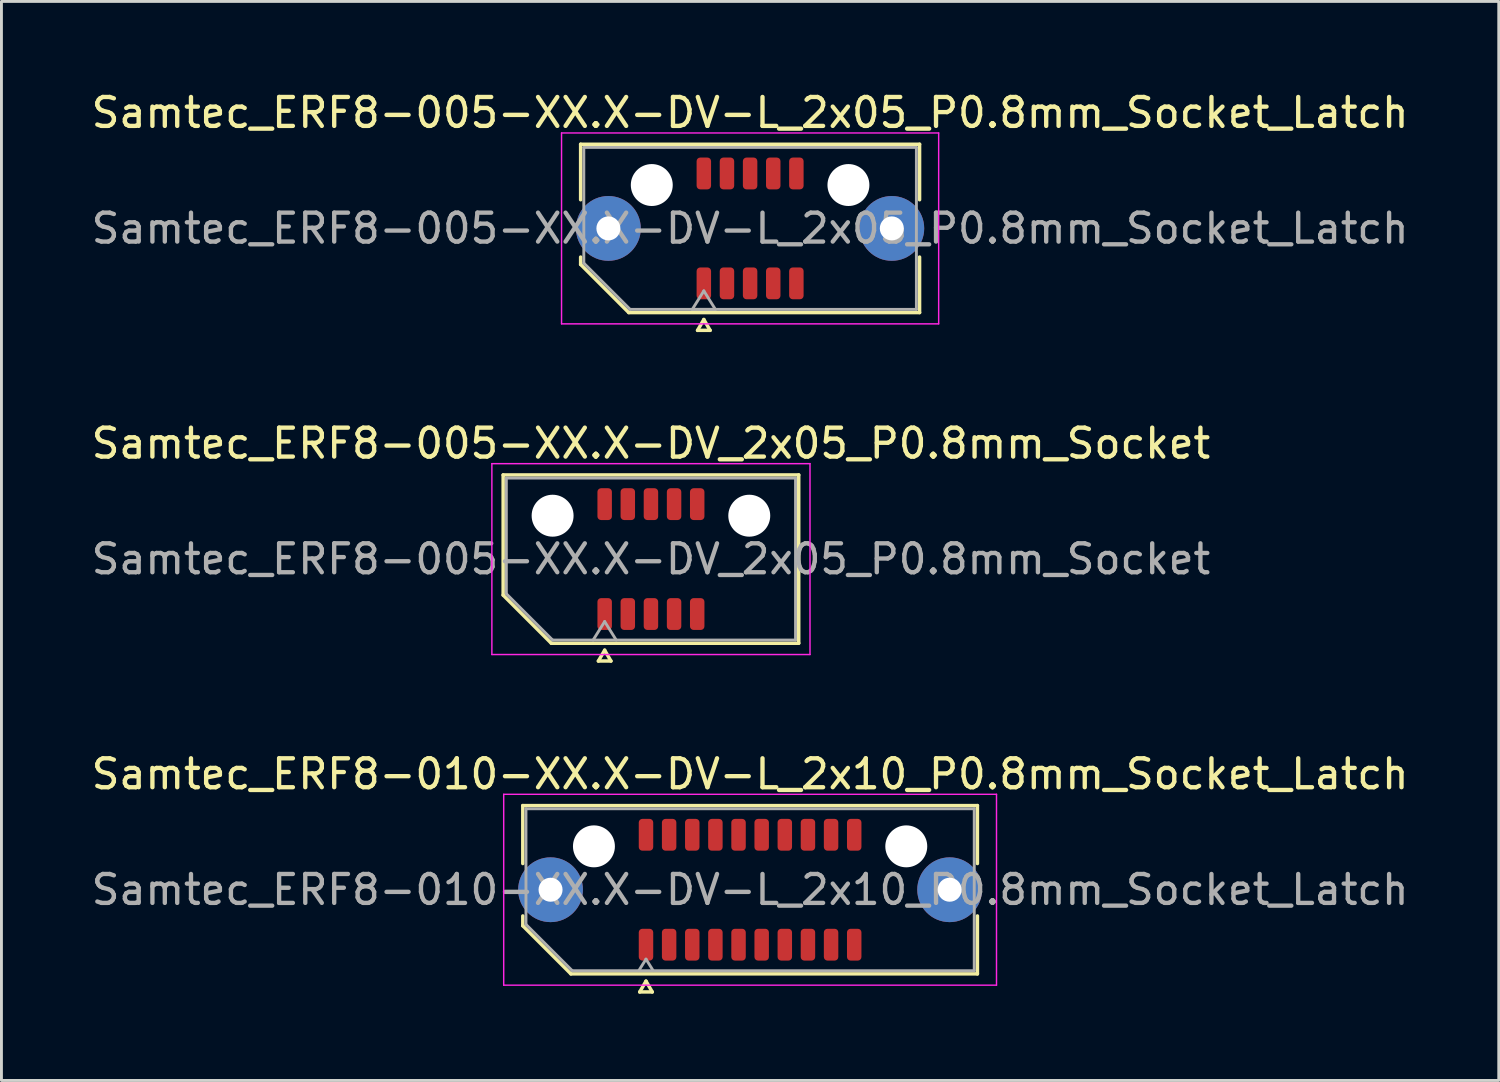
<source format=kicad_pcb>
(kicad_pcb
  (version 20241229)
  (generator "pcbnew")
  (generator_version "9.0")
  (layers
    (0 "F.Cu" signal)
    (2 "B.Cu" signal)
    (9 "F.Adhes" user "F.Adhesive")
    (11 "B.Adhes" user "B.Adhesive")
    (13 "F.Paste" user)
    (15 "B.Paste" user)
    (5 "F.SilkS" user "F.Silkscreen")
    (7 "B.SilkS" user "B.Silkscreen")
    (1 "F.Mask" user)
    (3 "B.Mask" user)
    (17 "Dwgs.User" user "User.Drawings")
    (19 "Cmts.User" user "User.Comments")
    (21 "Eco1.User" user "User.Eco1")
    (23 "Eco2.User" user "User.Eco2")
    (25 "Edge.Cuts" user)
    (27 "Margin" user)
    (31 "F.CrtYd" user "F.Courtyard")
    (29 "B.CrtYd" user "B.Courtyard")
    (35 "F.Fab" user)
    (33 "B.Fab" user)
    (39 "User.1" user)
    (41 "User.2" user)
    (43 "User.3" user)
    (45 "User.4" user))
  (footprint "Samtec_ERF8-010-XX.X-DV-L_2x10_P0.8mm_Socket_Latch"
    (layer "F.Cu")
    (at 22.887 27.715)
    (property "Reference" "Samtec_ERF8-010-XX.X-DV-L_2x10_P0.8mm_Socket_Latch" (at 0 -4 0) (layer "F.SilkS") (effects (font (size 1 1) (thickness 0.15))))
    (attr smd)
    (fp_line (start -7.86 -2.91) (end 7.86 -2.91) (stroke (width 0.12) (type solid)) (layer "F.SilkS"))
    (fp_line (start -7.86 -0.906) (end -7.86 -2.91) (stroke (width 0.12) (type solid)) (layer "F.SilkS"))
    (fp_line (start -7.86 1.246) (end -7.86 0.906) (stroke (width 0.12) (type solid)) (layer "F.SilkS"))
    (fp_line (start -6.196 2.91) (end -7.86 1.246) (stroke (width 0.12) (type solid)) (layer "F.SilkS"))
    (fp_line (start -3.817 3.535) (end -3.6 3.16) (stroke (width 0.12) (type solid)) (layer "F.SilkS"))
    (fp_line (start -3.6 3.16) (end -3.383 3.535) (stroke (width 0.12) (type solid)) (layer "F.SilkS"))
    (fp_line (start -3.383 3.535) (end -3.817 3.535) (stroke (width 0.12) (type solid)) (layer "F.SilkS"))
    (fp_line (start 7.86 -2.91) (end 7.86 -0.906) (stroke (width 0.12) (type solid)) (layer "F.SilkS"))
    (fp_line (start 7.86 0.906) (end 7.86 2.91) (stroke (width 0.12) (type solid)) (layer "F.SilkS"))
    (fp_line (start 7.86 2.91) (end -6.196 2.91) (stroke (width 0.12) (type solid)) (layer "F.SilkS"))
    (fp_line (start -8.52 -3.3) (end -8.52 3.3) (stroke (width 0.05) (type solid)) (layer "F.CrtYd"))
    (fp_line (start -8.52 3.3) (end 8.52 3.3) (stroke (width 0.05) (type solid)) (layer "F.CrtYd"))
    (fp_line (start 8.52 -3.3) (end -8.52 -3.3) (stroke (width 0.05) (type solid)) (layer "F.CrtYd"))
    (fp_line (start 8.52 3.3) (end 8.52 -3.3) (stroke (width 0.05) (type solid)) (layer "F.CrtYd"))
    (fp_line (start -7.75 -2.8) (end 7.75 -2.8) (stroke (width 0.1) (type solid)) (layer "F.Fab"))
    (fp_line (start -7.75 1.2) (end -7.75 -2.8) (stroke (width 0.1) (type solid)) (layer "F.Fab"))
    (fp_line (start -6.15 2.8) (end -7.75 1.2) (stroke (width 0.1) (type solid)) (layer "F.Fab"))
    (fp_line (start -3.6 2.4) (end -3.85 2.8) (stroke (width 0.1) (type solid)) (layer "F.Fab"))
    (fp_line (start -3.6 2.4) (end -3.35 2.8) (stroke (width 0.1) (type solid)) (layer "F.Fab"))
    (fp_line (start 7.75 -2.8) (end 7.75 2.8) (stroke (width 0.1) (type solid)) (layer "F.Fab"))
    (fp_line (start 7.75 2.8) (end -6.15 2.8) (stroke (width 0.1) (type solid)) (layer "F.Fab"))
    (fp_text user "${REFERENCE}" (at 0 0 0) (layer "F.Fab") (effects (font (size 1 1) (thickness 0.15))))
    (pad "" thru_hole circle (at -6.9 0) (size 2.24 2.24) (drill 0.83) (layers "*.Cu" "*.Mask" "F.Paste"))
    (pad "" np_thru_hole circle (at -5.4 -1.5) (size 1.45 1.45) (drill 1.45) (layers "*.Cu" "*.Mask"))
    (pad "" np_thru_hole circle (at 5.4 -1.5) (size 1.45 1.45) (drill 1.45) (layers "*.Cu" "*.Mask"))
    (pad "" thru_hole circle (at 6.9 0) (size 2.24 2.24) (drill 0.83) (layers "*.Cu" "*.Mask" "F.Paste"))
    (pad "1" smd roundrect (at -3.6 1.9) (size 0.5 1.1) (layers "F.Cu" "F.Mask" "F.Paste") (roundrect_rratio 0.25))
    (pad "2" smd roundrect (at -3.6 -1.9) (size 0.5 1.1) (layers "F.Cu" "F.Mask" "F.Paste") (roundrect_rratio 0.25))
    (pad "3" smd roundrect (at -2.8 1.9) (size 0.5 1.1) (layers "F.Cu" "F.Mask" "F.Paste") (roundrect_rratio 0.25))
    (pad "4" smd roundrect (at -2.8 -1.9) (size 0.5 1.1) (layers "F.Cu" "F.Mask" "F.Paste") (roundrect_rratio 0.25))
    (pad "5" smd roundrect (at -2 1.9) (size 0.5 1.1) (layers "F.Cu" "F.Mask" "F.Paste") (roundrect_rratio 0.25))
    (pad "6" smd roundrect (at -2 -1.9) (size 0.5 1.1) (layers "F.Cu" "F.Mask" "F.Paste") (roundrect_rratio 0.25))
    (pad "7" smd roundrect (at -1.2 1.9) (size 0.5 1.1) (layers "F.Cu" "F.Mask" "F.Paste") (roundrect_rratio 0.25))
    (pad "8" smd roundrect (at -1.2 -1.9) (size 0.5 1.1) (layers "F.Cu" "F.Mask" "F.Paste") (roundrect_rratio 0.25))
    (pad "9" smd roundrect (at -0.4 1.9) (size 0.5 1.1) (layers "F.Cu" "F.Mask" "F.Paste") (roundrect_rratio 0.25))
    (pad "10" smd roundrect (at -0.4 -1.9) (size 0.5 1.1) (layers "F.Cu" "F.Mask" "F.Paste") (roundrect_rratio 0.25))
    (pad "11" smd roundrect (at 0.4 1.9) (size 0.5 1.1) (layers "F.Cu" "F.Mask" "F.Paste") (roundrect_rratio 0.25))
    (pad "12" smd roundrect (at 0.4 -1.9) (size 0.5 1.1) (layers "F.Cu" "F.Mask" "F.Paste") (roundrect_rratio 0.25))
    (pad "13" smd roundrect (at 1.2 1.9) (size 0.5 1.1) (layers "F.Cu" "F.Mask" "F.Paste") (roundrect_rratio 0.25))
    (pad "14" smd roundrect (at 1.2 -1.9) (size 0.5 1.1) (layers "F.Cu" "F.Mask" "F.Paste") (roundrect_rratio 0.25))
    (pad "15" smd roundrect (at 2 1.9) (size 0.5 1.1) (layers "F.Cu" "F.Mask" "F.Paste") (roundrect_rratio 0.25))
    (pad "16" smd roundrect (at 2 -1.9) (size 0.5 1.1) (layers "F.Cu" "F.Mask" "F.Paste") (roundrect_rratio 0.25))
    (pad "17" smd roundrect (at 2.8 1.9) (size 0.5 1.1) (layers "F.Cu" "F.Mask" "F.Paste") (roundrect_rratio 0.25))
    (pad "18" smd roundrect (at 2.8 -1.9) (size 0.5 1.1) (layers "F.Cu" "F.Mask" "F.Paste") (roundrect_rratio 0.25))
    (pad "19" smd roundrect (at 3.6 1.9) (size 0.5 1.1) (layers "F.Cu" "F.Mask" "F.Paste") (roundrect_rratio 0.25))
    (pad "20" smd roundrect (at 3.6 -1.9) (size 0.5 1.1) (layers "F.Cu" "F.Mask" "F.Paste") (roundrect_rratio 0.25)))
  (footprint "Samtec_ERF8-005-XX.X-DV_2x05_P0.8mm_Socket"
    (layer "F.Cu")
    (at 19.458 16.282)
    (property "Reference" "Samtec_ERF8-005-XX.X-DV_2x05_P0.8mm_Socket" (at 0 -4 0) (layer "F.SilkS") (effects (font (size 1 1) (thickness 0.15))))
    (attr smd)
    (fp_line (start -5.11 -2.91) (end 5.11 -2.91) (stroke (width 0.12) (type solid)) (layer "F.SilkS"))
    (fp_line (start -5.11 1.246) (end -5.11 -2.91) (stroke (width 0.12) (type solid)) (layer "F.SilkS"))
    (fp_line (start -3.446 2.91) (end -5.11 1.246) (stroke (width 0.12) (type solid)) (layer "F.SilkS"))
    (fp_line (start -1.817 3.525) (end -1.6 3.15) (stroke (width 0.12) (type solid)) (layer "F.SilkS"))
    (fp_line (start -1.6 3.15) (end -1.383 3.525) (stroke (width 0.12) (type solid)) (layer "F.SilkS"))
    (fp_line (start -1.383 3.525) (end -1.817 3.525) (stroke (width 0.12) (type solid)) (layer "F.SilkS"))
    (fp_line (start 5.11 -2.91) (end 5.11 2.91) (stroke (width 0.12) (type solid)) (layer "F.SilkS"))
    (fp_line (start 5.11 2.91) (end -3.446 2.91) (stroke (width 0.12) (type solid)) (layer "F.SilkS"))
    (fp_line (start -5.5 -3.3) (end -5.5 3.3) (stroke (width 0.05) (type solid)) (layer "F.CrtYd"))
    (fp_line (start -5.5 3.3) (end 5.5 3.3) (stroke (width 0.05) (type solid)) (layer "F.CrtYd"))
    (fp_line (start 5.5 -3.3) (end -5.5 -3.3) (stroke (width 0.05) (type solid)) (layer "F.CrtYd"))
    (fp_line (start 5.5 3.3) (end 5.5 -3.3) (stroke (width 0.05) (type solid)) (layer "F.CrtYd"))
    (fp_line (start -5 -2.8) (end 5 -2.8) (stroke (width 0.1) (type solid)) (layer "F.Fab"))
    (fp_line (start -5 1.2) (end -5 -2.8) (stroke (width 0.1) (type solid)) (layer "F.Fab"))
    (fp_line (start -3.4 2.8) (end -5 1.2) (stroke (width 0.1) (type solid)) (layer "F.Fab"))
    (fp_line (start -2 2.8) (end -1.6 2.16) (stroke (width 0.1) (type solid)) (layer "F.Fab"))
    (fp_line (start -1.6 2.16) (end -1.2 2.8) (stroke (width 0.1) (type solid)) (layer "F.Fab"))
    (fp_line (start 5 -2.8) (end 5 2.8) (stroke (width 0.1) (type solid)) (layer "F.Fab"))
    (fp_line (start 5 2.8) (end -3.4 2.8) (stroke (width 0.1) (type solid)) (layer "F.Fab"))
    (fp_text user "${REFERENCE}" (at 0 0 0) (layer "F.Fab") (effects (font (size 1 1) (thickness 0.15))))
    (pad "" np_thru_hole circle (at -3.4 -1.5) (size 1.45 1.45) (drill 1.45) (layers "*.Cu" "*.Mask"))
    (pad "" np_thru_hole circle (at 3.4 -1.5) (size 1.45 1.45) (drill 1.45) (layers "*.Cu" "*.Mask"))
    (pad "1" smd roundrect (at -1.6 1.9) (size 0.5 1.1) (layers "F.Cu" "F.Mask" "F.Paste") (roundrect_rratio 0.25))
    (pad "2" smd roundrect (at -1.6 -1.9) (size 0.5 1.1) (layers "F.Cu" "F.Mask" "F.Paste") (roundrect_rratio 0.25))
    (pad "3" smd roundrect (at -0.8 1.9) (size 0.5 1.1) (layers "F.Cu" "F.Mask" "F.Paste") (roundrect_rratio 0.25))
    (pad "4" smd roundrect (at -0.8 -1.9) (size 0.5 1.1) (layers "F.Cu" "F.Mask" "F.Paste") (roundrect_rratio 0.25))
    (pad "5" smd roundrect (at 0 1.9) (size 0.5 1.1) (layers "F.Cu" "F.Mask" "F.Paste") (roundrect_rratio 0.25))
    (pad "6" smd roundrect (at 0 -1.9) (size 0.5 1.1) (layers "F.Cu" "F.Mask" "F.Paste") (roundrect_rratio 0.25))
    (pad "7" smd roundrect (at 0.8 1.9) (size 0.5 1.1) (layers "F.Cu" "F.Mask" "F.Paste") (roundrect_rratio 0.25))
    (pad "8" smd roundrect (at 0.8 -1.9) (size 0.5 1.1) (layers "F.Cu" "F.Mask" "F.Paste") (roundrect_rratio 0.25))
    (pad "9" smd roundrect (at 1.6 1.9) (size 0.5 1.1) (layers "F.Cu" "F.Mask" "F.Paste") (roundrect_rratio 0.25))
    (pad "10" smd roundrect (at 1.6 -1.9) (size 0.5 1.1) (layers "F.Cu" "F.Mask" "F.Paste") (roundrect_rratio 0.25)))
  (footprint "Samtec_ERF8-005-XX.X-DV-L_2x05_P0.8mm_Socket_Latch"
    (layer "F.Cu")
    (at 22.887 4.848)
    (property "Reference" "Samtec_ERF8-005-XX.X-DV-L_2x05_P0.8mm_Socket_Latch" (at 0 -4 0) (layer "F.SilkS") (effects (font (size 1 1) (thickness 0.15))))
    (attr smd)
    (fp_line (start -5.86 -2.91) (end 5.86 -2.91) (stroke (width 0.12) (type solid)) (layer "F.SilkS"))
    (fp_line (start -5.86 -0.991) (end -5.86 -2.91) (stroke (width 0.12) (type solid)) (layer "F.SilkS"))
    (fp_line (start -5.86 1.246) (end -5.86 0.991) (stroke (width 0.12) (type solid)) (layer "F.SilkS"))
    (fp_line (start -4.196 2.91) (end -5.86 1.246) (stroke (width 0.12) (type solid)) (layer "F.SilkS"))
    (fp_line (start -1.817 3.525) (end -1.6 3.15) (stroke (width 0.12) (type solid)) (layer "F.SilkS"))
    (fp_line (start -1.6 3.15) (end -1.383 3.525) (stroke (width 0.12) (type solid)) (layer "F.SilkS"))
    (fp_line (start -1.383 3.525) (end -1.817 3.525) (stroke (width 0.12) (type solid)) (layer "F.SilkS"))
    (fp_line (start 5.86 -2.91) (end 5.86 -0.991) (stroke (width 0.12) (type solid)) (layer "F.SilkS"))
    (fp_line (start 5.86 0.991) (end 5.86 2.91) (stroke (width 0.12) (type solid)) (layer "F.SilkS"))
    (fp_line (start 5.86 2.91) (end -4.196 2.91) (stroke (width 0.12) (type solid)) (layer "F.SilkS"))
    (fp_line (start -6.52 -3.3) (end -6.52 3.3) (stroke (width 0.05) (type solid)) (layer "F.CrtYd"))
    (fp_line (start -6.52 3.3) (end 6.52 3.3) (stroke (width 0.05) (type solid)) (layer "F.CrtYd"))
    (fp_line (start 6.52 -3.3) (end -6.52 -3.3) (stroke (width 0.05) (type solid)) (layer "F.CrtYd"))
    (fp_line (start 6.52 3.3) (end 6.52 -3.3) (stroke (width 0.05) (type solid)) (layer "F.CrtYd"))
    (fp_line (start -5.75 -2.8) (end 5.75 -2.8) (stroke (width 0.1) (type solid)) (layer "F.Fab"))
    (fp_line (start -5.75 1.2) (end -5.75 -2.8) (stroke (width 0.1) (type solid)) (layer "F.Fab"))
    (fp_line (start -4.15 2.8) (end -5.75 1.2) (stroke (width 0.1) (type solid)) (layer "F.Fab"))
    (fp_line (start -2 2.8) (end -1.6 2.16) (stroke (width 0.1) (type solid)) (layer "F.Fab"))
    (fp_line (start -1.6 2.16) (end -1.2 2.8) (stroke (width 0.1) (type solid)) (layer "F.Fab"))
    (fp_line (start -1.2 2.8) (end -2 2.8) (stroke (width 0.1) (type solid)) (layer "F.Fab"))
    (fp_line (start 5.75 -2.8) (end 5.75 2.8) (stroke (width 0.1) (type solid)) (layer "F.Fab"))
    (fp_line (start 5.75 2.8) (end -4.15 2.8) (stroke (width 0.1) (type solid)) (layer "F.Fab"))
    (fp_text user "${REFERENCE}" (at 0 0 0) (layer "F.Fab") (effects (font (size 1 1) (thickness 0.15))))
    (pad "" thru_hole circle (at -4.9 0) (size 2.24 2.24) (drill 0.83) (layers "*.Cu" "*.Mask" "F.Paste"))
    (pad "" np_thru_hole circle (at -3.4 -1.5) (size 1.45 1.45) (drill 1.45) (layers "*.Cu" "*.Mask"))
    (pad "" np_thru_hole circle (at 3.4 -1.5) (size 1.45 1.45) (drill 1.45) (layers "*.Cu" "*.Mask"))
    (pad "" thru_hole circle (at 4.9 0) (size 2.24 2.24) (drill 0.83) (layers "*.Cu" "*.Mask" "F.Paste"))
    (pad "1" smd roundrect (at -1.6 1.9) (size 0.5 1.1) (layers "F.Cu" "F.Mask" "F.Paste") (roundrect_rratio 0.25))
    (pad "2" smd roundrect (at -1.6 -1.9) (size 0.5 1.1) (layers "F.Cu" "F.Mask" "F.Paste") (roundrect_rratio 0.25))
    (pad "3" smd roundrect (at -0.8 1.9) (size 0.5 1.1) (layers "F.Cu" "F.Mask" "F.Paste") (roundrect_rratio 0.25))
    (pad "4" smd roundrect (at -0.8 -1.9) (size 0.5 1.1) (layers "F.Cu" "F.Mask" "F.Paste") (roundrect_rratio 0.25))
    (pad "5" smd roundrect (at 0 1.9) (size 0.5 1.1) (layers "F.Cu" "F.Mask" "F.Paste") (roundrect_rratio 0.25))
    (pad "6" smd roundrect (at 0 -1.9) (size 0.5 1.1) (layers "F.Cu" "F.Mask" "F.Paste") (roundrect_rratio 0.25))
    (pad "7" smd roundrect (at 0.8 1.9) (size 0.5 1.1) (layers "F.Cu" "F.Mask" "F.Paste") (roundrect_rratio 0.25))
    (pad "8" smd roundrect (at 0.8 -1.9) (size 0.5 1.1) (layers "F.Cu" "F.Mask" "F.Paste") (roundrect_rratio 0.25))
    (pad "9" smd roundrect (at 1.6 1.9) (size 0.5 1.1) (layers "F.Cu" "F.Mask" "F.Paste") (roundrect_rratio 0.25))
    (pad "10" smd roundrect (at 1.6 -1.9) (size 0.5 1.1) (layers "F.Cu" "F.Mask" "F.Paste") (roundrect_rratio 0.25)))
  (gr_rect
    (start -3 -3)
    (end 48.774 34.31)
    (stroke (width 0.1) (type default))
    (fill no)
    (layer "Edge.Cuts")))
</source>
